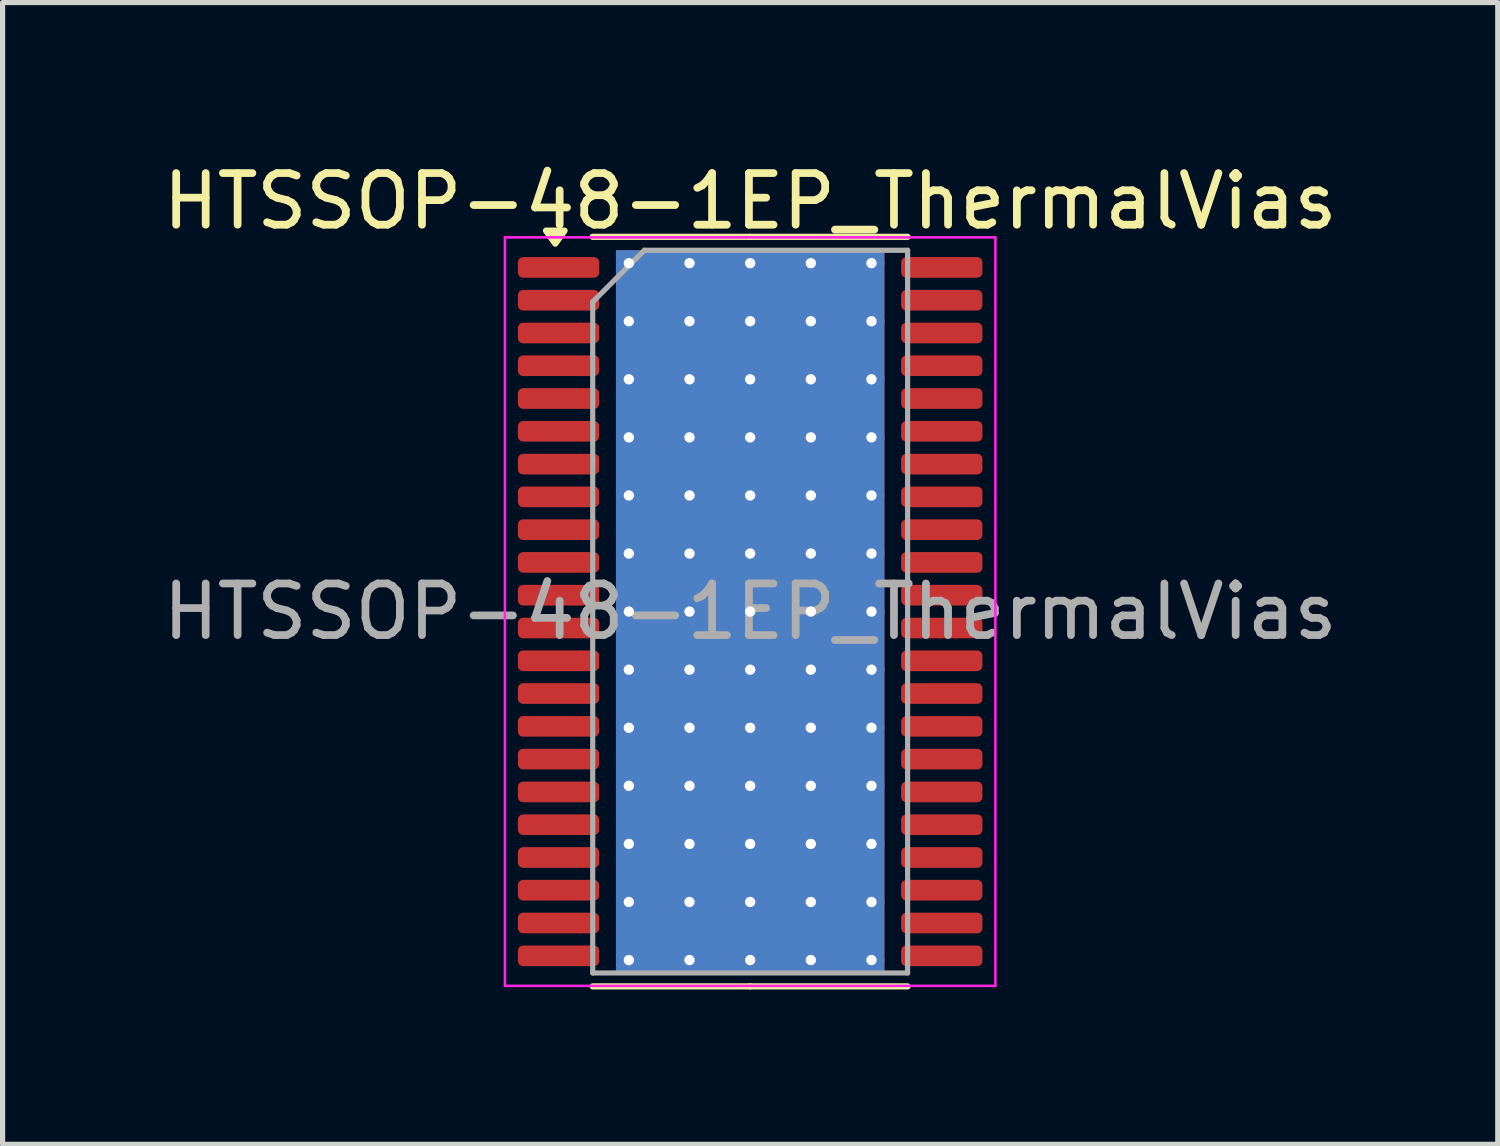
<source format=kicad_pcb>
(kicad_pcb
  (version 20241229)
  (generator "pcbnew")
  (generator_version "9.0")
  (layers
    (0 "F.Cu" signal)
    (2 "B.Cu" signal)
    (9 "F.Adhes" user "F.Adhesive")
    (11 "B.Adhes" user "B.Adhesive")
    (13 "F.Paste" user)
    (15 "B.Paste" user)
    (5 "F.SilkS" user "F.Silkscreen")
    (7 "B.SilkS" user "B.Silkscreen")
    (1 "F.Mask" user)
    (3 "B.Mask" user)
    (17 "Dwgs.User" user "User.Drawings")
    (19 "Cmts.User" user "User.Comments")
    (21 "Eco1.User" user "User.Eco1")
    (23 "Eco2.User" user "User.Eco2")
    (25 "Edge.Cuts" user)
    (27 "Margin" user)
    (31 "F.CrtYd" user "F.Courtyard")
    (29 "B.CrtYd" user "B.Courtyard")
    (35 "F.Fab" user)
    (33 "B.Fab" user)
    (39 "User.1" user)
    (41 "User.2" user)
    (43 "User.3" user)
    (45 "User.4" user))
  (footprint "HTSSOP-48-1EP_ThermalVias"
    (layer "F.Cu")
    (at 11.482 8.798)
    (property "Reference" "HTSSOP-48-1EP_ThermalVias" (at 0 -7.95 0) (layer "F.SilkS") (effects (font (size 1 1) (thickness 0.15))))
    (attr smd)
    (fp_line (start 0 -7.26) (end -3.05 -7.26) (stroke (width 0.12) (type solid)) (layer "F.SilkS"))
    (fp_line (start 0 -7.26) (end 3.05 -7.26) (stroke (width 0.12) (type solid)) (layer "F.SilkS"))
    (fp_line (start 0 7.26) (end -3.05 7.26) (stroke (width 0.12) (type solid)) (layer "F.SilkS"))
    (fp_line (start 0 7.26) (end 3.05 7.26) (stroke (width 0.12) (type solid)) (layer "F.SilkS"))
    (fp_poly (pts (xy -3.775 -7.128) (xy -3.955 -7.38) (xy -3.595 -7.38) (xy -3.775 -7.128)) (stroke (width 0.12) (type solid)) (fill yes) (layer "F.SilkS"))
    (fp_line (start -4.75 -7.25) (end -4.75 7.25) (stroke (width 0.05) (type solid)) (layer "F.CrtYd"))
    (fp_line (start -4.75 7.25) (end 4.75 7.25) (stroke (width 0.05) (type solid)) (layer "F.CrtYd"))
    (fp_line (start 4.75 -7.25) (end -4.75 -7.25) (stroke (width 0.05) (type solid)) (layer "F.CrtYd"))
    (fp_line (start 4.75 7.25) (end 4.75 -7.25) (stroke (width 0.05) (type solid)) (layer "F.CrtYd"))
    (fp_line (start -3.05 -6) (end -2.05 -7) (stroke (width 0.1) (type solid)) (layer "F.Fab"))
    (fp_line (start -3.05 7) (end -3.05 -6) (stroke (width 0.1) (type solid)) (layer "F.Fab"))
    (fp_line (start -2.05 -7) (end 3.05 -7) (stroke (width 0.1) (type solid)) (layer "F.Fab"))
    (fp_line (start 3.05 -7) (end 3.05 7) (stroke (width 0.1) (type solid)) (layer "F.Fab"))
    (fp_line (start 3.05 7) (end -3.05 7) (stroke (width 0.1) (type solid)) (layer "F.Fab"))
    (fp_text user "${REFERENCE}" (at 0 0 0) (layer "F.Fab") (effects (font (size 1 1) (thickness 0.15))))
    (pad "" smd roundrect (at -1.075 -2.75) (size 1.74 2.22) (layers "F.Paste") (roundrect_rratio 0.144))
    (pad "" smd roundrect (at -1.075 0) (size 1.74 2.22) (layers "F.Paste") (roundrect_rratio 0.144))
    (pad "" smd roundrect (at -1.075 2.75) (size 1.74 2.22) (layers "F.Paste") (roundrect_rratio 0.144))
    (pad "" smd rect (at 0 0) (size 4.31 8.26) (layers "F.Mask"))
    (pad "" smd roundrect (at 1.075 -2.75) (size 1.74 2.22) (layers "F.Paste") (roundrect_rratio 0.144))
    (pad "" smd roundrect (at 1.075 0) (size 1.74 2.22) (layers "F.Paste") (roundrect_rratio 0.144))
    (pad "" smd roundrect (at 1.075 2.75) (size 1.74 2.22) (layers "F.Paste") (roundrect_rratio 0.144))
    (pad "1" smd roundrect (at -3.712 -6.668) (size 1.575 0.4) (layers "F.Cu" "F.Mask" "F.Paste") (roundrect_rratio 0.25))
    (pad "2" smd roundrect (at -3.712 -6.032) (size 1.575 0.4) (layers "F.Cu" "F.Mask" "F.Paste") (roundrect_rratio 0.25))
    (pad "3" smd roundrect (at -3.712 -5.397) (size 1.575 0.4) (layers "F.Cu" "F.Mask" "F.Paste") (roundrect_rratio 0.25))
    (pad "4" smd roundrect (at -3.712 -4.763) (size 1.575 0.4) (layers "F.Cu" "F.Mask" "F.Paste") (roundrect_rratio 0.25))
    (pad "5" smd roundrect (at -3.712 -4.128) (size 1.575 0.4) (layers "F.Cu" "F.Mask" "F.Paste") (roundrect_rratio 0.25))
    (pad "6" smd roundrect (at -3.712 -3.493) (size 1.575 0.4) (layers "F.Cu" "F.Mask" "F.Paste") (roundrect_rratio 0.25))
    (pad "7" smd roundrect (at -3.712 -2.857) (size 1.575 0.4) (layers "F.Cu" "F.Mask" "F.Paste") (roundrect_rratio 0.25))
    (pad "8" smd roundrect (at -3.712 -2.223) (size 1.575 0.4) (layers "F.Cu" "F.Mask" "F.Paste") (roundrect_rratio 0.25))
    (pad "9" smd roundrect (at -3.712 -1.587) (size 1.575 0.4) (layers "F.Cu" "F.Mask" "F.Paste") (roundrect_rratio 0.25))
    (pad "10" smd roundrect (at -3.712 -0.953) (size 1.575 0.4) (layers "F.Cu" "F.Mask" "F.Paste") (roundrect_rratio 0.25))
    (pad "11" smd roundrect (at -3.712 -0.318) (size 1.575 0.4) (layers "F.Cu" "F.Mask" "F.Paste") (roundrect_rratio 0.25))
    (pad "12" smd roundrect (at -3.712 0.318) (size 1.575 0.4) (layers "F.Cu" "F.Mask" "F.Paste") (roundrect_rratio 0.25))
    (pad "13" smd roundrect (at -3.712 0.953) (size 1.575 0.4) (layers "F.Cu" "F.Mask" "F.Paste") (roundrect_rratio 0.25))
    (pad "14" smd roundrect (at -3.712 1.587) (size 1.575 0.4) (layers "F.Cu" "F.Mask" "F.Paste") (roundrect_rratio 0.25))
    (pad "15" smd roundrect (at -3.712 2.223) (size 1.575 0.4) (layers "F.Cu" "F.Mask" "F.Paste") (roundrect_rratio 0.25))
    (pad "16" smd roundrect (at -3.712 2.857) (size 1.575 0.4) (layers "F.Cu" "F.Mask" "F.Paste") (roundrect_rratio 0.25))
    (pad "17" smd roundrect (at -3.712 3.493) (size 1.575 0.4) (layers "F.Cu" "F.Mask" "F.Paste") (roundrect_rratio 0.25))
    (pad "18" smd roundrect (at -3.712 4.128) (size 1.575 0.4) (layers "F.Cu" "F.Mask" "F.Paste") (roundrect_rratio 0.25))
    (pad "19" smd roundrect (at -3.712 4.763) (size 1.575 0.4) (layers "F.Cu" "F.Mask" "F.Paste") (roundrect_rratio 0.25))
    (pad "20" smd roundrect (at -3.712 5.397) (size 1.575 0.4) (layers "F.Cu" "F.Mask" "F.Paste") (roundrect_rratio 0.25))
    (pad "21" smd roundrect (at -3.712 6.032) (size 1.575 0.4) (layers "F.Cu" "F.Mask" "F.Paste") (roundrect_rratio 0.25))
    (pad "22" smd roundrect (at -3.712 6.668) (size 1.575 0.4) (layers "F.Cu" "F.Mask" "F.Paste") (roundrect_rratio 0.25))
    (pad "23" smd roundrect (at 3.712 6.668) (size 1.575 0.4) (layers "F.Cu" "F.Mask" "F.Paste") (roundrect_rratio 0.25))
    (pad "24" smd roundrect (at 3.712 6.032) (size 1.575 0.4) (layers "F.Cu" "F.Mask" "F.Paste") (roundrect_rratio 0.25))
    (pad "25" smd roundrect (at 3.712 5.397) (size 1.575 0.4) (layers "F.Cu" "F.Mask" "F.Paste") (roundrect_rratio 0.25))
    (pad "26" smd roundrect (at 3.712 4.763) (size 1.575 0.4) (layers "F.Cu" "F.Mask" "F.Paste") (roundrect_rratio 0.25))
    (pad "27" smd roundrect (at 3.712 4.128) (size 1.575 0.4) (layers "F.Cu" "F.Mask" "F.Paste") (roundrect_rratio 0.25))
    (pad "28" smd roundrect (at 3.712 3.493) (size 1.575 0.4) (layers "F.Cu" "F.Mask" "F.Paste") (roundrect_rratio 0.25))
    (pad "29" smd roundrect (at 3.712 2.857) (size 1.575 0.4) (layers "F.Cu" "F.Mask" "F.Paste") (roundrect_rratio 0.25))
    (pad "30" smd roundrect (at 3.712 2.223) (size 1.575 0.4) (layers "F.Cu" "F.Mask" "F.Paste") (roundrect_rratio 0.25))
    (pad "31" smd roundrect (at 3.712 1.587) (size 1.575 0.4) (layers "F.Cu" "F.Mask" "F.Paste") (roundrect_rratio 0.25))
    (pad "32" smd roundrect (at 3.712 0.953) (size 1.575 0.4) (layers "F.Cu" "F.Mask" "F.Paste") (roundrect_rratio 0.25))
    (pad "33" smd roundrect (at 3.712 0.318) (size 1.575 0.4) (layers "F.Cu" "F.Mask" "F.Paste") (roundrect_rratio 0.25))
    (pad "34" smd roundrect (at 3.712 -0.318) (size 1.575 0.4) (layers "F.Cu" "F.Mask" "F.Paste") (roundrect_rratio 0.25))
    (pad "35" smd roundrect (at 3.712 -0.953) (size 1.575 0.4) (layers "F.Cu" "F.Mask" "F.Paste") (roundrect_rratio 0.25))
    (pad "36" smd roundrect (at 3.712 -1.587) (size 1.575 0.4) (layers "F.Cu" "F.Mask" "F.Paste") (roundrect_rratio 0.25))
    (pad "37" smd roundrect (at 3.712 -2.223) (size 1.575 0.4) (layers "F.Cu" "F.Mask" "F.Paste") (roundrect_rratio 0.25))
    (pad "38" smd roundrect (at 3.712 -2.857) (size 1.575 0.4) (layers "F.Cu" "F.Mask" "F.Paste") (roundrect_rratio 0.25))
    (pad "39" smd roundrect (at 3.712 -3.493) (size 1.575 0.4) (layers "F.Cu" "F.Mask" "F.Paste") (roundrect_rratio 0.25))
    (pad "40" smd roundrect (at 3.712 -4.128) (size 1.575 0.4) (layers "F.Cu" "F.Mask" "F.Paste") (roundrect_rratio 0.25))
    (pad "41" smd roundrect (at 3.712 -4.763) (size 1.575 0.4) (layers "F.Cu" "F.Mask" "F.Paste") (roundrect_rratio 0.25))
    (pad "42" smd roundrect (at 3.712 -5.397) (size 1.575 0.4) (layers "F.Cu" "F.Mask" "F.Paste") (roundrect_rratio 0.25))
    (pad "43" smd roundrect (at 3.712 -6.032) (size 1.575 0.4) (layers "F.Cu" "F.Mask" "F.Paste") (roundrect_rratio 0.25))
    (pad "44" smd roundrect (at 3.712 -6.668) (size 1.575 0.4) (layers "F.Cu" "F.Mask" "F.Paste") (roundrect_rratio 0.25))
    (pad "45" thru_hole circle (at -2.35 -6.75) (size 0.5 0.5) (drill 0.2) (property pad_prop_heatsink) (layers "*.Cu"))
    (pad "45" thru_hole circle (at -2.35 -5.625) (size 0.5 0.5) (drill 0.2) (property pad_prop_heatsink) (layers "*.Cu"))
    (pad "45" thru_hole circle (at -2.35 -4.5) (size 0.5 0.5) (drill 0.2) (property pad_prop_heatsink) (layers "*.Cu"))
    (pad "45" thru_hole circle (at -2.35 -3.375) (size 0.5 0.5) (drill 0.2) (property pad_prop_heatsink) (layers "*.Cu"))
    (pad "45" thru_hole circle (at -2.35 -2.25) (size 0.5 0.5) (drill 0.2) (property pad_prop_heatsink) (layers "*.Cu"))
    (pad "45" thru_hole circle (at -2.35 -1.125) (size 0.5 0.5) (drill 0.2) (property pad_prop_heatsink) (layers "*.Cu"))
    (pad "45" thru_hole circle (at -2.35 0) (size 0.5 0.5) (drill 0.2) (property pad_prop_heatsink) (layers "*.Cu"))
    (pad "45" thru_hole circle (at -2.35 1.125) (size 0.5 0.5) (drill 0.2) (property pad_prop_heatsink) (layers "*.Cu"))
    (pad "45" thru_hole circle (at -2.35 2.25) (size 0.5 0.5) (drill 0.2) (property pad_prop_heatsink) (layers "*.Cu"))
    (pad "45" thru_hole circle (at -2.35 3.375) (size 0.5 0.5) (drill 0.2) (property pad_prop_heatsink) (layers "*.Cu"))
    (pad "45" thru_hole circle (at -2.35 4.5) (size 0.5 0.5) (drill 0.2) (property pad_prop_heatsink) (layers "*.Cu"))
    (pad "45" thru_hole circle (at -2.35 5.625) (size 0.5 0.5) (drill 0.2) (property pad_prop_heatsink) (layers "*.Cu"))
    (pad "45" thru_hole circle (at -2.35 6.75) (size 0.5 0.5) (drill 0.2) (property pad_prop_heatsink) (layers "*.Cu"))
    (pad "45" thru_hole circle (at -1.175 -6.75) (size 0.5 0.5) (drill 0.2) (property pad_prop_heatsink) (layers "*.Cu"))
    (pad "45" thru_hole circle (at -1.175 -5.625) (size 0.5 0.5) (drill 0.2) (property pad_prop_heatsink) (layers "*.Cu"))
    (pad "45" thru_hole circle (at -1.175 -4.5) (size 0.5 0.5) (drill 0.2) (property pad_prop_heatsink) (layers "*.Cu"))
    (pad "45" thru_hole circle (at -1.175 -3.375) (size 0.5 0.5) (drill 0.2) (property pad_prop_heatsink) (layers "*.Cu"))
    (pad "45" thru_hole circle (at -1.175 -2.25) (size 0.5 0.5) (drill 0.2) (property pad_prop_heatsink) (layers "*.Cu"))
    (pad "45" thru_hole circle (at -1.175 -1.125) (size 0.5 0.5) (drill 0.2) (property pad_prop_heatsink) (layers "*.Cu"))
    (pad "45" thru_hole circle (at -1.175 0) (size 0.5 0.5) (drill 0.2) (property pad_prop_heatsink) (layers "*.Cu"))
    (pad "45" thru_hole circle (at -1.175 1.125) (size 0.5 0.5) (drill 0.2) (property pad_prop_heatsink) (layers "*.Cu"))
    (pad "45" thru_hole circle (at -1.175 2.25) (size 0.5 0.5) (drill 0.2) (property pad_prop_heatsink) (layers "*.Cu"))
    (pad "45" thru_hole circle (at -1.175 3.375) (size 0.5 0.5) (drill 0.2) (property pad_prop_heatsink) (layers "*.Cu"))
    (pad "45" thru_hole circle (at -1.175 4.5) (size 0.5 0.5) (drill 0.2) (property pad_prop_heatsink) (layers "*.Cu"))
    (pad "45" thru_hole circle (at -1.175 5.625) (size 0.5 0.5) (drill 0.2) (property pad_prop_heatsink) (layers "*.Cu"))
    (pad "45" thru_hole circle (at -1.175 6.75) (size 0.5 0.5) (drill 0.2) (property pad_prop_heatsink) (layers "*.Cu"))
    (pad "45" thru_hole circle (at 0 -6.75) (size 0.5 0.5) (drill 0.2) (property pad_prop_heatsink) (layers "*.Cu"))
    (pad "45" thru_hole circle (at 0 -5.625) (size 0.5 0.5) (drill 0.2) (property pad_prop_heatsink) (layers "*.Cu"))
    (pad "45" thru_hole circle (at 0 -4.5) (size 0.5 0.5) (drill 0.2) (property pad_prop_heatsink) (layers "*.Cu"))
    (pad "45" thru_hole circle (at 0 -3.375) (size 0.5 0.5) (drill 0.2) (property pad_prop_heatsink) (layers "*.Cu"))
    (pad "45" thru_hole circle (at 0 -2.25) (size 0.5 0.5) (drill 0.2) (property pad_prop_heatsink) (layers "*.Cu"))
    (pad "45" thru_hole circle (at 0 -1.125) (size 0.5 0.5) (drill 0.2) (property pad_prop_heatsink) (layers "*.Cu"))
    (pad "45" thru_hole circle (at 0 0) (size 0.5 0.5) (drill 0.2) (property pad_prop_heatsink) (layers "*.Cu"))
    (pad "45" smd rect (at 0 0) (size 5.2 14) (property pad_prop_heatsink) (layers "F.Cu"))
    (pad "45" smd rect (at 0 0) (size 5.2 14) (property pad_prop_heatsink) (layers "B.Cu"))
    (pad "45" thru_hole circle (at 0 1.125) (size 0.5 0.5) (drill 0.2) (property pad_prop_heatsink) (layers "*.Cu"))
    (pad "45" thru_hole circle (at 0 2.25) (size 0.5 0.5) (drill 0.2) (property pad_prop_heatsink) (layers "*.Cu"))
    (pad "45" thru_hole circle (at 0 3.375) (size 0.5 0.5) (drill 0.2) (property pad_prop_heatsink) (layers "*.Cu"))
    (pad "45" thru_hole circle (at 0 4.5) (size 0.5 0.5) (drill 0.2) (property pad_prop_heatsink) (layers "*.Cu"))
    (pad "45" thru_hole circle (at 0 5.625) (size 0.5 0.5) (drill 0.2) (property pad_prop_heatsink) (layers "*.Cu"))
    (pad "45" thru_hole circle (at 0 6.75) (size 0.5 0.5) (drill 0.2) (property pad_prop_heatsink) (layers "*.Cu"))
    (pad "45" thru_hole circle (at 1.175 -6.75) (size 0.5 0.5) (drill 0.2) (property pad_prop_heatsink) (layers "*.Cu"))
    (pad "45" thru_hole circle (at 1.175 -5.625) (size 0.5 0.5) (drill 0.2) (property pad_prop_heatsink) (layers "*.Cu"))
    (pad "45" thru_hole circle (at 1.175 -4.5) (size 0.5 0.5) (drill 0.2) (property pad_prop_heatsink) (layers "*.Cu"))
    (pad "45" thru_hole circle (at 1.175 -3.375) (size 0.5 0.5) (drill 0.2) (property pad_prop_heatsink) (layers "*.Cu"))
    (pad "45" thru_hole circle (at 1.175 -2.25) (size 0.5 0.5) (drill 0.2) (property pad_prop_heatsink) (layers "*.Cu"))
    (pad "45" thru_hole circle (at 1.175 -1.125) (size 0.5 0.5) (drill 0.2) (property pad_prop_heatsink) (layers "*.Cu"))
    (pad "45" thru_hole circle (at 1.175 0) (size 0.5 0.5) (drill 0.2) (property pad_prop_heatsink) (layers "*.Cu"))
    (pad "45" thru_hole circle (at 1.175 1.125) (size 0.5 0.5) (drill 0.2) (property pad_prop_heatsink) (layers "*.Cu"))
    (pad "45" thru_hole circle (at 1.175 2.25) (size 0.5 0.5) (drill 0.2) (property pad_prop_heatsink) (layers "*.Cu"))
    (pad "45" thru_hole circle (at 1.175 3.375) (size 0.5 0.5) (drill 0.2) (property pad_prop_heatsink) (layers "*.Cu"))
    (pad "45" thru_hole circle (at 1.175 4.5) (size 0.5 0.5) (drill 0.2) (property pad_prop_heatsink) (layers "*.Cu"))
    (pad "45" thru_hole circle (at 1.175 5.625) (size 0.5 0.5) (drill 0.2) (property pad_prop_heatsink) (layers "*.Cu"))
    (pad "45" thru_hole circle (at 1.175 6.75) (size 0.5 0.5) (drill 0.2) (property pad_prop_heatsink) (layers "*.Cu"))
    (pad "45" thru_hole circle (at 2.35 -6.75) (size 0.5 0.5) (drill 0.2) (property pad_prop_heatsink) (layers "*.Cu"))
    (pad "45" thru_hole circle (at 2.35 -5.625) (size 0.5 0.5) (drill 0.2) (property pad_prop_heatsink) (layers "*.Cu"))
    (pad "45" thru_hole circle (at 2.35 -4.5) (size 0.5 0.5) (drill 0.2) (property pad_prop_heatsink) (layers "*.Cu"))
    (pad "45" thru_hole circle (at 2.35 -3.375) (size 0.5 0.5) (drill 0.2) (property pad_prop_heatsink) (layers "*.Cu"))
    (pad "45" thru_hole circle (at 2.35 -2.25) (size 0.5 0.5) (drill 0.2) (property pad_prop_heatsink) (layers "*.Cu"))
    (pad "45" thru_hole circle (at 2.35 -1.125) (size 0.5 0.5) (drill 0.2) (property pad_prop_heatsink) (layers "*.Cu"))
    (pad "45" thru_hole circle (at 2.35 0) (size 0.5 0.5) (drill 0.2) (property pad_prop_heatsink) (layers "*.Cu"))
    (pad "45" thru_hole circle (at 2.35 1.125) (size 0.5 0.5) (drill 0.2) (property pad_prop_heatsink) (layers "*.Cu"))
    (pad "45" thru_hole circle (at 2.35 2.25) (size 0.5 0.5) (drill 0.2) (property pad_prop_heatsink) (layers "*.Cu"))
    (pad "45" thru_hole circle (at 2.35 3.375) (size 0.5 0.5) (drill 0.2) (property pad_prop_heatsink) (layers "*.Cu"))
    (pad "45" thru_hole circle (at 2.35 4.5) (size 0.5 0.5) (drill 0.2) (property pad_prop_heatsink) (layers "*.Cu"))
    (pad "45" thru_hole circle (at 2.35 5.625) (size 0.5 0.5) (drill 0.2) (property pad_prop_heatsink) (layers "*.Cu"))
    (pad "45" thru_hole circle (at 2.35 6.75) (size 0.5 0.5) (drill 0.2) (property pad_prop_heatsink) (layers "*.Cu")))
  (gr_rect
    (start -3 -3)
    (end 25.964 19.118)
    (stroke (width 0.1) (type default))
    (fill no)
    (layer "Edge.Cuts")))
</source>
